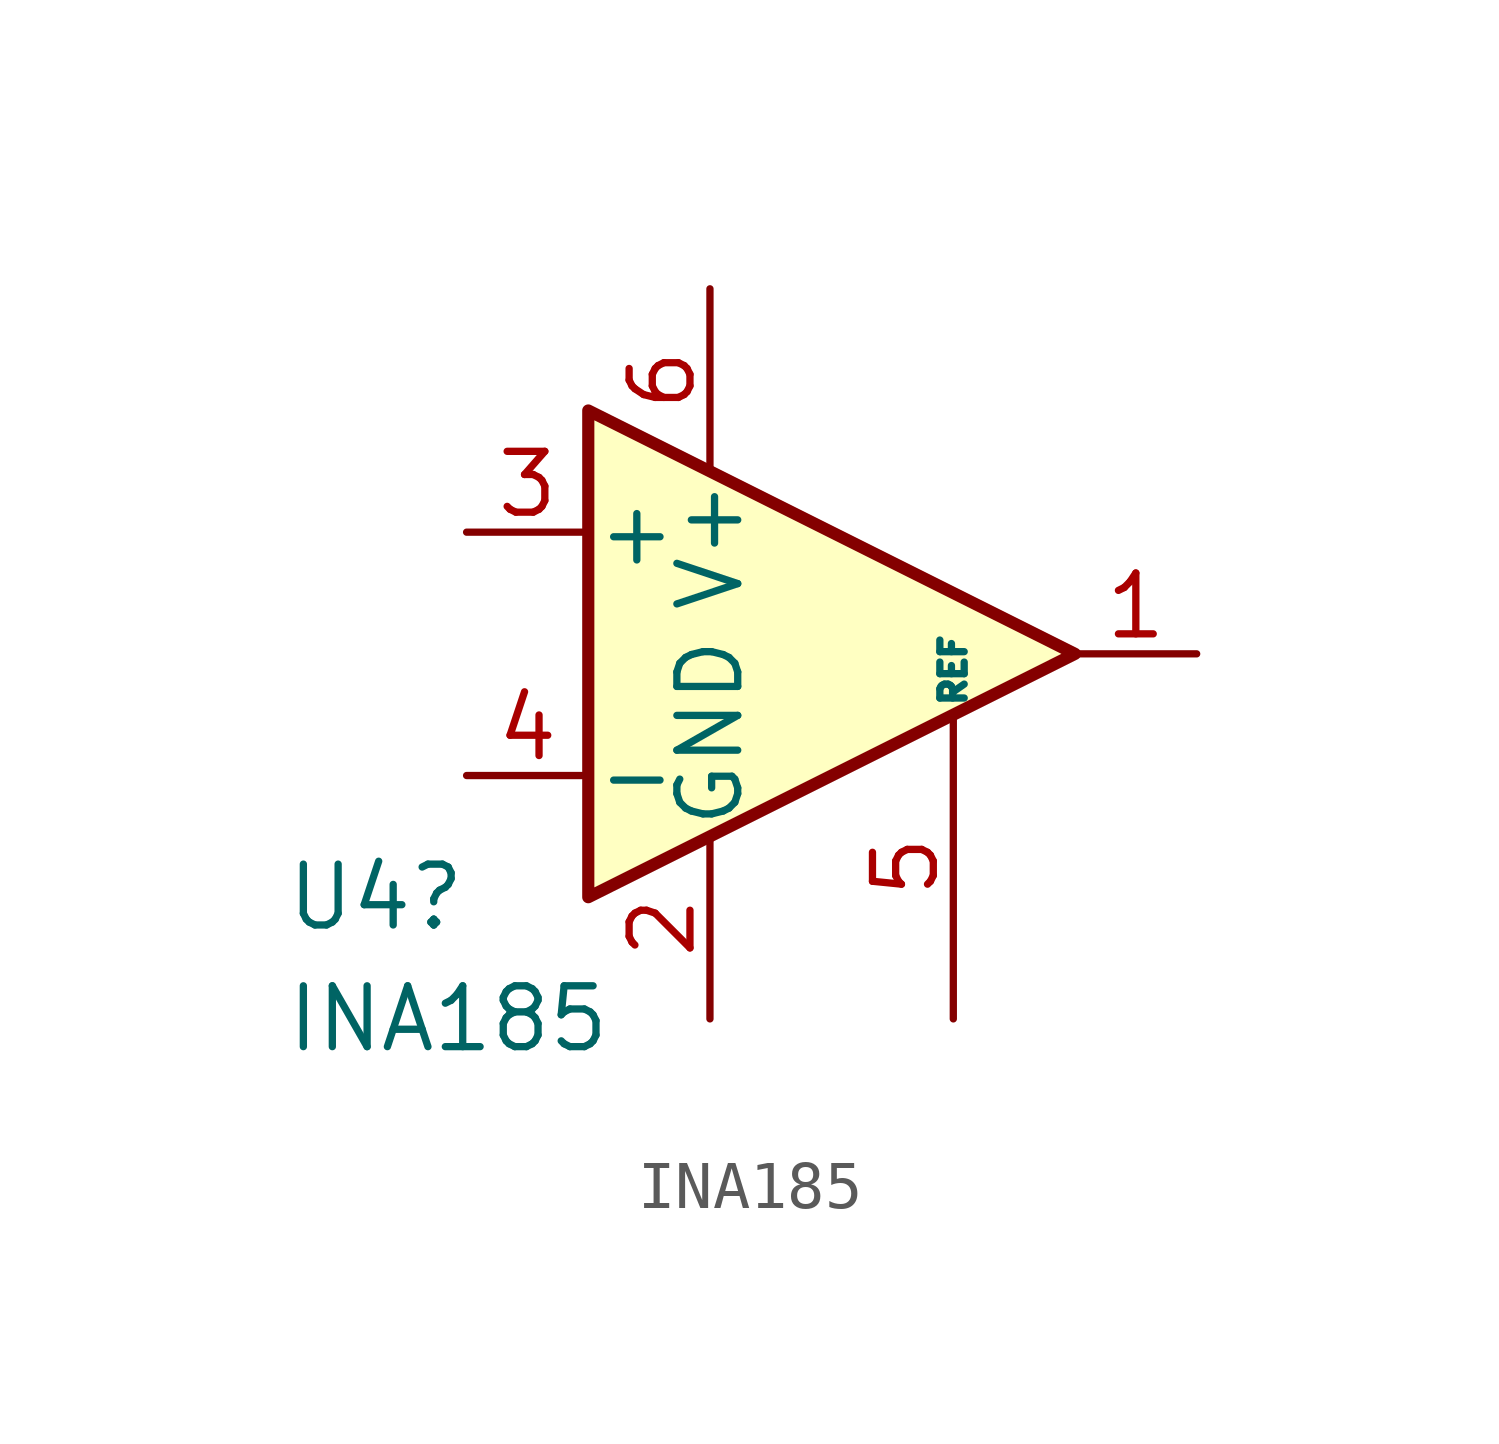
<source format=kicad_sym>
(kicad_symbol_lib
  (version 20211014)
  (generator kicad_symbol_editor)
  (symbol "INA185"
    (pin_names
      (offset 0.127))
    (property "Reference" "U4"
      (at -11.43 -5.08 0)
      (effects (font (size 1.27 1.27)) (justify left)))
    (property "Value" "INA185"
      (at -11.43 -7.62 0)
      (effects (font (size 1.27 1.27)) (justify left)))
    (symbol "INA185_0_1"
      (polyline (pts (xy 5.08 0) (xy -5.08 5.08) (xy -5.08 -5.08) (xy 5.08 0)) (stroke (width 0.254) (type default) (color 0 0 0 0)) (fill (type background))))
    (symbol "INA185_1_1"
      (pin output line (at 7.62 0 180) (length 2.54) (name "~" (effects (font (size 1.27 1.27)))) (number "1" (effects (font (size 1.27 1.27)))))
      (pin power_in line (at -2.54 -7.62 90) (length 3.81) (name "GND" (effects (font (size 1.27 1.27)))) (number "2" (effects (font (size 1.27 1.27)))))
      (pin input line (at -7.62 2.54 0) (length 2.54) (name "+" (effects (font (size 1.27 1.27)))) (number "3" (effects (font (size 1.27 1.27)))))
      (pin input line (at -7.62 -2.54 0) (length 2.54) (name "-" (effects (font (size 1.27 1.27)))) (number "4" (effects (font (size 1.27 1.27)))))
      (pin input line (at 2.54 -7.62 90) (length 6.35) (name "REF" (effects (font (size 0.508 0.508)))) (number "5" (effects (font (size 1.27 1.27)))))
      (pin power_in line (at -2.54 7.62 270) (length 3.81) (name "V+" (effects (font (size 1.27 1.27)))) (number "6" (effects (font (size 1.27 1.27))))))))
</source>
